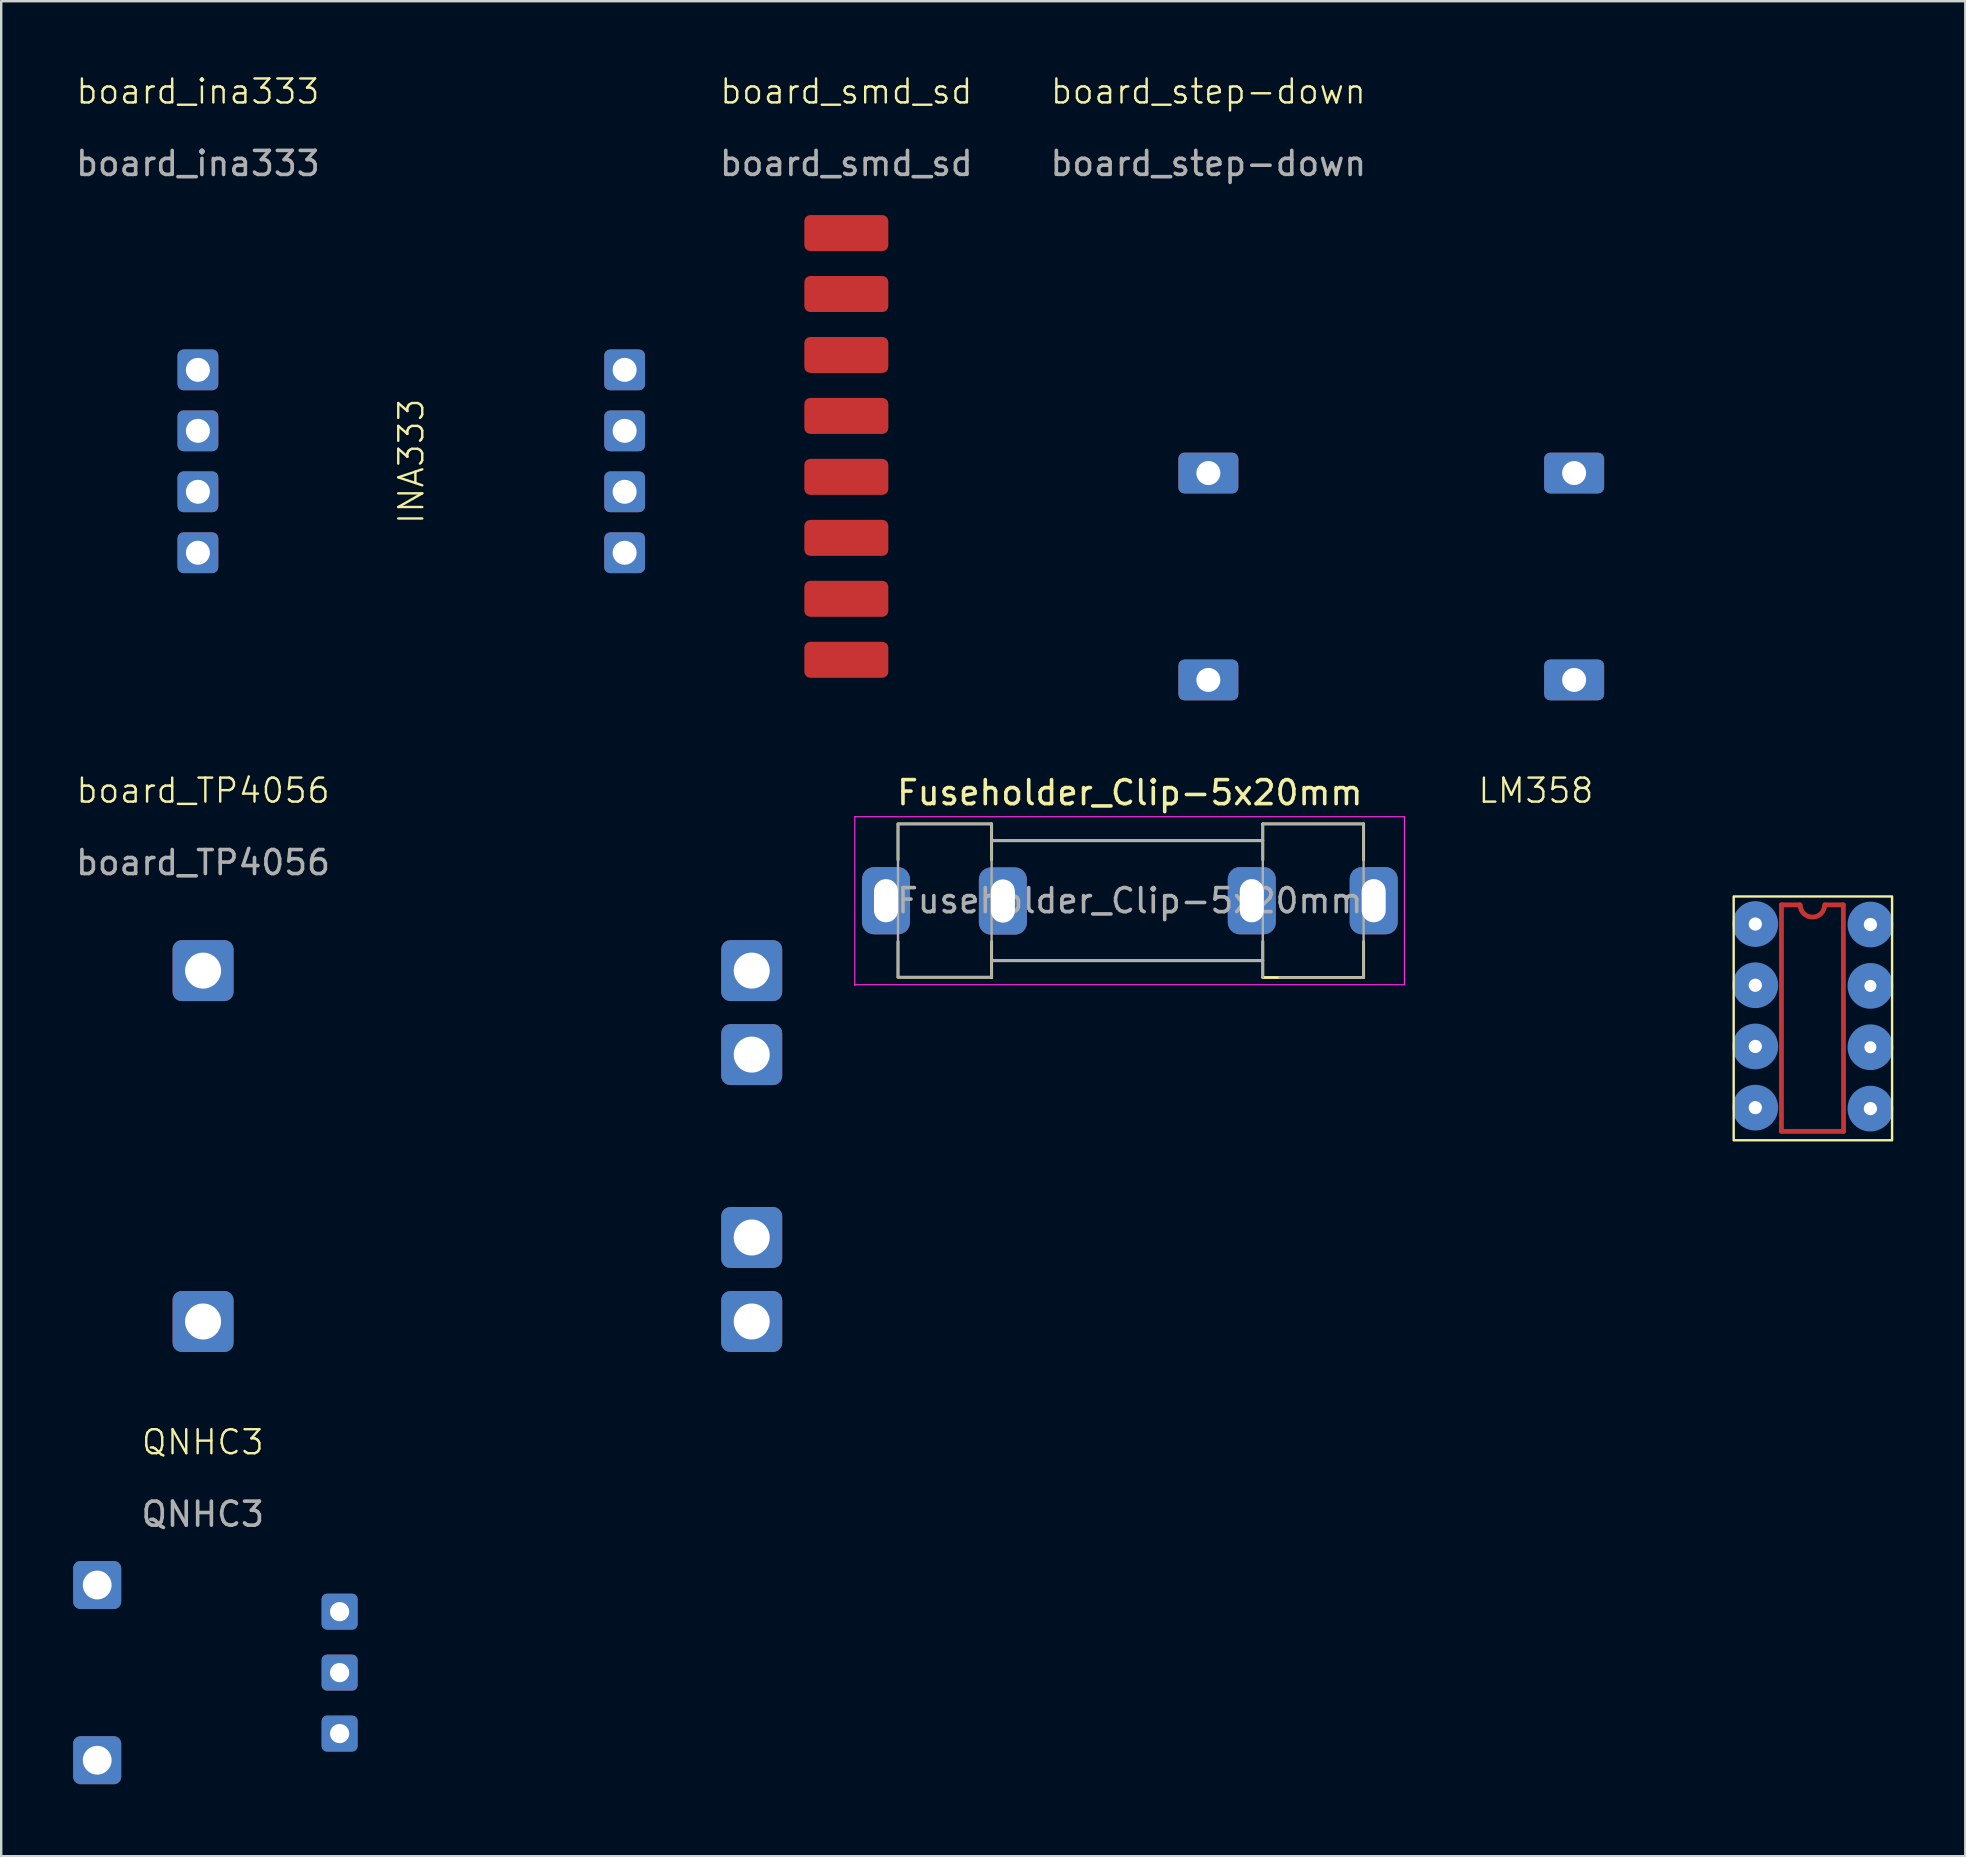
<source format=kicad_pcb>
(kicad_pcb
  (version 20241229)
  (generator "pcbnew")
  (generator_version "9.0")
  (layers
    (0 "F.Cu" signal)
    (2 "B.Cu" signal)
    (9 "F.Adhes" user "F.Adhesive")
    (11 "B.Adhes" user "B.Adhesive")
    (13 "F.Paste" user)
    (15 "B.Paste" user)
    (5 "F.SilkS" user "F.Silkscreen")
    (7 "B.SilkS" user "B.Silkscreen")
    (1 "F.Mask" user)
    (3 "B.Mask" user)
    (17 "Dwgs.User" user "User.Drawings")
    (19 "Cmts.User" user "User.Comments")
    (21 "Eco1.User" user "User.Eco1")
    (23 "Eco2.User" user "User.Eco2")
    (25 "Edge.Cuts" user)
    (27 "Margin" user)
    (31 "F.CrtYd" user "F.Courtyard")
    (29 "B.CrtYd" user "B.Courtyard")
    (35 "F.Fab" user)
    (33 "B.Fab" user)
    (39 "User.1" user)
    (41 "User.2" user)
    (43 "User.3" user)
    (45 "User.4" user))
  (footprint "board_ina333"
    (layer "F.Cu")
    (at 5.196 12.361)
    (property "Reference" "board_ina333" (at 0 -11.6 0) (unlocked yes) (layer "F.SilkS") (effects (font (size 1 1) (thickness 0.1))))
    (attr through_hole exclude_from_bom)
    (fp_text user "INA333" (at 8.89 3.81 90) (unlocked yes) (layer "F.SilkS") (effects (font (size 1 1) (thickness 0.1))))
    (fp_text user "${REFERENCE}" (at 0 -8.6 0) (unlocked yes) (layer "F.Fab") (effects (font (size 1 1) (thickness 0.15))))
    (pad "1" thru_hole roundrect (at 0 0) (size 1.7 1.7) (drill 1) (layers "*.Cu" "*.Mask") (roundrect_rratio 0.147))
    (pad "2" thru_hole roundrect (at 0 2.54) (size 1.7 1.7) (drill 1) (layers "*.Cu" "*.Mask") (roundrect_rratio 0.147))
    (pad "3" thru_hole roundrect (at 0 5.08) (size 1.7 1.7) (drill 1) (layers "*.Cu" "*.Mask") (roundrect_rratio 0.147))
    (pad "4" thru_hole roundrect (at 0 7.62) (size 1.7 1.7) (drill 1) (layers "*.Cu" "*.Mask") (roundrect_rratio 0.147))
    (pad "5" thru_hole roundrect (at 17.78 0) (size 1.7 1.7) (drill 1) (layers "*.Cu" "*.Mask") (roundrect_rratio 0.147))
    (pad "6" thru_hole roundrect (at 17.78 2.54) (size 1.7 1.7) (drill 1) (layers "*.Cu" "*.Mask") (roundrect_rratio 0.147))
    (pad "7" thru_hole roundrect (at 17.78 5.08) (size 1.7 1.7) (drill 1) (layers "*.Cu" "*.Mask") (roundrect_rratio 0.147))
    (pad "8" thru_hole roundrect (at 17.78 7.62) (size 1.7 1.7) (drill 1) (layers "*.Cu" "*.Mask") (roundrect_rratio 0.147)))
  (footprint "QNHC3"
    (layer "F.Cu")
    (at 11.1 66.641)
    (property "Reference" "QNHC3" (at -5.7 -9.6 0) (unlocked yes) (layer "F.SilkS") (effects (font (size 1 1) (thickness 0.1))))
    (attr through_hole)
    (fp_text user "${REFERENCE}" (at -5.7 -6.6 0) (unlocked yes) (layer "F.Fab") (effects (font (size 1 1) (thickness 0.15))))
    (pad "1" thru_hole roundrect (at 0 -2.54) (size 1.5 1.5) (drill 0.8) (layers "*.Cu" "*.Mask") (roundrect_rratio 0.15))
    (pad "2" thru_hole roundrect (at 0 0) (size 1.5 1.5) (drill 0.8) (layers "*.Cu" "*.Mask") (roundrect_rratio 0.15))
    (pad "3" thru_hole roundrect (at 0 2.54) (size 1.5 1.5) (drill 0.8) (layers "*.Cu" "*.Mask") (roundrect_rratio 0.15))
    (pad "4" thru_hole roundrect (at -10.1 -3.65) (size 2 2) (drill 1.2) (layers "*.Cu" "*.Mask") (roundrect_rratio 0.15))
    (pad "4" thru_hole roundrect (at -10.1 3.65) (size 2 2) (drill 1.2) (layers "*.Cu" "*.Mask") (roundrect_rratio 0.15)))
  (footprint "Fuseholder_Clip-5x20mm"
    (layer "F.Cu")
    (at 33.866 34.479)
    (property "Reference" "Fuseholder_Clip-5x20mm" (at 10.16 -4.5 0) (layer "F.SilkS") (effects (font (size 1 1) (thickness 0.15))))
    (attr through_hole)
    (fp_line (start 0.5 -3.188) (end 0.5 -1.7) (stroke (width 0.12) (type solid)) (layer "F.SilkS"))
    (fp_line (start 0.5 3.163) (end 0.5 1.7) (stroke (width 0.12) (type solid)) (layer "F.SilkS"))
    (fp_line (start 4.4 -3.2) (end 0.5 -3.2) (stroke (width 0.12) (type solid)) (layer "F.SilkS"))
    (fp_line (start 4.4 -3.2) (end 4.4 -1.7) (stroke (width 0.12) (type solid)) (layer "F.SilkS"))
    (fp_line (start 4.4 3.188) (end 0.5 3.188) (stroke (width 0.12) (type solid)) (layer "F.SilkS"))
    (fp_line (start 4.4 3.2) (end 4.4 1.7) (stroke (width 0.12) (type solid)) (layer "F.SilkS"))
    (fp_line (start 15.7 -3.2) (end 15.7 -1.7) (stroke (width 0.12) (type solid)) (layer "F.SilkS"))
    (fp_line (start 15.7 -2.5) (end 4.4 -2.5) (stroke (width 0.12) (type solid)) (layer "F.SilkS"))
    (fp_line (start 15.7 2.5) (end 4.4 2.5) (stroke (width 0.12) (type solid)) (layer "F.SilkS"))
    (fp_line (start 15.7 3.2) (end 15.7 1.7) (stroke (width 0.12) (type solid)) (layer "F.SilkS"))
    (fp_line (start 15.7 3.2) (end 19.9 3.2) (stroke (width 0.12) (type solid)) (layer "F.SilkS"))
    (fp_line (start 19.9 -3.2) (end 15.7 -3.2) (stroke (width 0.12) (type solid)) (layer "F.SilkS"))
    (fp_line (start 19.9 -1.7) (end 19.9 -3.2) (stroke (width 0.12) (type solid)) (layer "F.SilkS"))
    (fp_line (start 19.9 1.7) (end 19.9 3.2) (stroke (width 0.12) (type solid)) (layer "F.SilkS"))
    (fp_line (start -1.3 -3.5) (end -1.3 3.53) (stroke (width 0.05) (type solid)) (layer "F.CrtYd"))
    (fp_line (start -1.3 -3.5) (end 21.6 -3.5) (stroke (width 0.05) (type solid)) (layer "F.CrtYd"))
    (fp_line (start 21.6 3.5) (end -1.3 3.5) (stroke (width 0.05) (type solid)) (layer "F.CrtYd"))
    (fp_line (start 21.6 3.5) (end 21.6 -3.5) (stroke (width 0.05) (type solid)) (layer "F.CrtYd"))
    (fp_line (start 0.5 -3.2) (end 4.4 -3.2) (stroke (width 0.1) (type solid)) (layer "F.Fab"))
    (fp_line (start 0.5 3.163) (end 0.5 -3.188) (stroke (width 0.1) (type solid)) (layer "F.Fab"))
    (fp_line (start 4.4 -3.175) (end 4.4 3.175) (stroke (width 0.1) (type solid)) (layer "F.Fab"))
    (fp_line (start 4.4 -2.5) (end 15.7 -2.5) (stroke (width 0.1) (type solid)) (layer "F.Fab"))
    (fp_line (start 4.4 3.188) (end 0.5 3.188) (stroke (width 0.1) (type solid)) (layer "F.Fab"))
    (fp_line (start 15.7 -3.2) (end 15.7 3.2) (stroke (width 0.1) (type solid)) (layer "F.Fab"))
    (fp_line (start 15.7 2.5) (end 4.4 2.5) (stroke (width 0.1) (type solid)) (layer "F.Fab"))
    (fp_line (start 16.4 3.2) (end 19.9 3.2) (stroke (width 0.1) (type solid)) (layer "F.Fab"))
    (fp_line (start 19.9 -3.2) (end 15.7 -3.2) (stroke (width 0.1) (type solid)) (layer "F.Fab"))
    (fp_line (start 19.9 3.2) (end 19.9 -3.2) (stroke (width 0.1) (type solid)) (layer "F.Fab"))
    (fp_text user "${REFERENCE}" (at 10.16 0 0) (layer "F.Fab") (effects (font (size 1 1) (thickness 0.15))))
    (pad "1" thru_hole roundrect (at 0 0) (size 2 2.8) (drill oval 1 1.8) (layers "*.Cu" "*.Mask") (roundrect_rratio 0.25))
    (pad "1" thru_hole roundrect (at 4.87 0.013) (size 2 2.8) (drill oval 1 1.8) (layers "*.Cu" "*.Mask") (roundrect_rratio 0.25))
    (pad "2" thru_hole roundrect (at 15.24 0) (size 2 2.8) (drill oval 1 1.8) (layers "*.Cu" "*.Mask") (roundrect_rratio 0.25))
    (pad "2" thru_hole roundrect (at 20.32 0) (size 2 2.8) (drill oval 1 1.8) (layers "*.Cu" "*.Mask") (roundrect_rratio 0.25)))
  (footprint "board_step-down"
    (layer "F.Cu")
    (at 47.297 16.66)
    (property "Reference" "board_step-down" (at 0 -15.9 0) (unlocked yes) (layer "F.SilkS") (effects (font (size 1 1) (thickness 0.1))))
    (attr through_hole exclude_from_bom)
    (fp_text user "${REFERENCE}" (at 0 -12.9 0) (unlocked yes) (layer "F.Fab") (effects (font (size 1 1) (thickness 0.15))))
    (pad "1" thru_hole roundrect (at 0 0) (size 2.5 1.7) (drill 1) (layers "*.Cu" "*.Mask") (roundrect_rratio 0.15))
    (pad "2" thru_hole roundrect (at 15.24 0) (size 2.5 1.7) (drill 1) (layers "*.Cu" "*.Mask") (roundrect_rratio 0.15))
    (pad "3" thru_hole roundrect (at 0 8.62) (size 2.5 1.7) (drill 1) (layers "*.Cu" "*.Mask") (roundrect_rratio 0.15))
    (pad "4" thru_hole roundrect (at 15.24 8.62) (size 2.5 1.7) (drill 1) (layers "*.Cu" "*.Mask") (roundrect_rratio 0.15)))
  (footprint "board_TP4056"
    (layer "F.Cu")
    (at 5.411 37.391)
    (property "Reference" "board_TP4056" (at 0 -7.5 0) (unlocked yes) (layer "F.SilkS") (effects (font (size 1 1) (thickness 0.1))))
    (attr through_hole exclude_from_bom)
    (fp_text user "${REFERENCE}" (at 0 -4.5 0) (unlocked yes) (layer "F.Fab") (effects (font (size 1 1) (thickness 0.15))))
    (pad "1" thru_hole roundrect (at 0 0) (size 2.54 2.54) (drill 1.5) (layers "*.Cu" "*.Mask") (roundrect_rratio 0.15))
    (pad "2" thru_hole roundrect (at 0 14.62) (size 2.54 2.54) (drill 1.5) (layers "*.Cu" "*.Mask") (roundrect_rratio 0.15))
    (pad "3" thru_hole roundrect (at 22.86 0) (size 2.54 2.54) (drill 1.5) (layers "*.Cu" "*.Mask") (roundrect_rratio 0.15))
    (pad "4" thru_hole roundrect (at 22.86 3.5) (size 2.54 2.54) (drill 1.5) (layers "*.Cu" "*.Mask") (roundrect_rratio 0.15))
    (pad "5" thru_hole roundrect (at 22.86 11.12) (size 2.54 2.54) (drill 1.5) (layers "*.Cu" "*.Mask") (roundrect_rratio 0.15))
    (pad "6" thru_hole roundrect (at 22.86 14.62) (size 2.54 2.54) (drill 1.5) (layers "*.Cu" "*.Mask") (roundrect_rratio 0.15)))
  (footprint "board_smd_sd"
    (layer "F.Cu")
    (at 32.213 6.66)
    (property "Reference" "board_smd_sd" (at 0 -5.9 0) (unlocked yes) (layer "F.SilkS") (effects (font (size 1 1) (thickness 0.1))))
    (attr through_hole exclude_from_bom)
    (fp_text user "${REFERENCE}" (at 0 -2.9 0) (unlocked yes) (layer "F.Fab") (effects (font (size 1 1) (thickness 0.15))))
    (pad "1" smd roundrect (at 0 0) (size 3.5 1.5) (layers "F.Cu" "F.Mask" "F.Paste") (roundrect_rratio 0.167))
    (pad "2" smd roundrect (at 0 2.54) (size 3.5 1.5) (layers "F.Cu" "F.Mask" "F.Paste") (roundrect_rratio 0.167))
    (pad "3" smd roundrect (at 0 5.08) (size 3.5 1.5) (layers "F.Cu" "F.Mask" "F.Paste") (roundrect_rratio 0.167))
    (pad "4" smd roundrect (at 0 7.62) (size 3.5 1.5) (layers "F.Cu" "F.Mask" "F.Paste") (roundrect_rratio 0.167))
    (pad "5" smd roundrect (at 0 10.16) (size 3.5 1.5) (layers "F.Cu" "F.Mask" "F.Paste") (roundrect_rratio 0.167))
    (pad "6" smd roundrect (at 0 12.7) (size 3.5 1.5) (layers "F.Cu" "F.Mask" "F.Paste") (roundrect_rratio 0.167))
    (pad "7" smd roundrect (at 0 15.24) (size 3.5 1.5) (layers "F.Cu" "F.Mask" "F.Paste") (roundrect_rratio 0.167))
    (pad "8" smd roundrect (at 0 17.78) (size 3.5 1.5) (layers "F.Cu" "F.Mask" "F.Paste") (roundrect_rratio 0.167)))
  (footprint "LM358"
    (layer "F.Cu")
    (at 69.175 34.231)
    (property "Reference" "LM358" (at -8.23 -4.34 0) (unlocked yes) (layer "F.SilkS") (effects (font (size 1 1) (thickness 0.1))))
    (attr smd)
    (fp_line (start 1.99 9.86) (end 4.59 9.86) (stroke (width 0.2) (type default)) (layer "F.Cu"))
    (fp_line (start 2 0.42) (end 2 9.84) (stroke (width 0.2) (type default)) (layer "F.Cu"))
    (fp_line (start 2 0.42) (end 2.76 0.42) (stroke (width 0.2) (type default)) (layer "F.Cu"))
    (fp_line (start 4.58 0.42) (end 3.84 0.42) (stroke (width 0.2) (type default)) (layer "F.Cu"))
    (fp_line (start 4.59 9.86) (end 4.58 0.42) (stroke (width 0.2) (type default)) (layer "F.Cu"))
    (fp_arc (start 3.8 0.42) (mid 3.29 0.93) (end 2.78 0.42) (stroke (width 0.2) (type default)) (layer "F.Cu"))
    (fp_rect (start 0.01 0.07) (end 6.61 10.23) (stroke (width 0.1) (type solid)) (fill no) (layer "F.SilkS"))
    (fp_text user "LM358" (at 4.31 8.67 90) (unlocked yes) (layer "User.1") (effects (font (size 1.5 1.5) (thickness 0.3) (bold yes)) (justify left bottom)))
    (pad "1" thru_hole circle (at 0.912 1.22) (size 1.5 1.5) (drill 0.55) (layers "*.Cu" "*.Mask") (padstack (mode front_inner_back) (layer "Inner" (shape circle) (size 1.905 1.905)) (layer "B.Cu" (shape circle) (size 1.905 1.905))))
    (pad "2" thru_hole circle (at 0.912 3.77 0.55) (size 1.5 1.5) (drill 0.55) (layers "*.Cu" "*.Mask") (padstack (mode front_inner_back) (layer "Inner" (shape circle) (size 1.905 1.905)) (layer "B.Cu" (shape circle) (size 1.905 1.905))))
    (pad "3" thru_hole circle (at 0.912 6.32) (size 1.5 1.5) (drill 0.55) (layers "*.Cu" "*.Mask") (padstack (mode front_inner_back) (layer "Inner" (shape circle) (size 1.905 1.905)) (layer "B.Cu" (shape circle) (size 1.905 1.905))))
    (pad "4" thru_hole circle (at 0.912 8.87) (size 1.5 1.5) (drill 0.55) (layers "*.Cu" "*.Mask") (padstack (mode front_inner_back) (layer "Inner" (shape circle) (size 1.905 1.905)) (layer "B.Cu" (shape circle) (size 1.905 1.905))))
    (pad "5" thru_hole circle (at 5.707 8.91) (size 1.5 1.5) (drill 0.55) (layers "*.Cu" "*.Mask") (padstack (mode front_inner_back) (layer "Inner" (shape circle) (size 1.905 1.905)) (layer "B.Cu" (shape circle) (size 1.905 1.905))))
    (pad "6" thru_hole circle (at 5.707 6.353) (size 1.5 1.5) (drill 0.5) (layers "*.Cu" "*.Mask") (padstack (mode front_inner_back) (layer "Inner" (shape circle) (size 1.905 1.905)) (layer "B.Cu" (shape circle) (size 1.905 1.905))))
    (pad "7" thru_hole circle (at 5.707 3.797) (size 1.5 1.5) (drill 0.5) (layers "*.Cu" "*.Mask") (padstack (mode front_inner_back) (layer "Inner" (shape circle) (size 1.905 1.905)) (layer "B.Cu" (shape circle) (size 1.905 1.905))))
    (pad "8" thru_hole circle (at 5.707 1.24) (size 1.5 1.5) (drill 0.55) (layers "*.Cu" "*.Mask") (padstack (mode front_inner_back) (layer "Inner" (shape circle) (size 1.905 1.905)) (layer "B.Cu" (shape circle) (size 1.905 1.905)))))
  (gr_rect
    (start -3 -3)
    (end 78.835 74.291)
    (stroke (width 0.1) (type default))
    (fill no)
    (layer "Edge.Cuts")))
</source>
